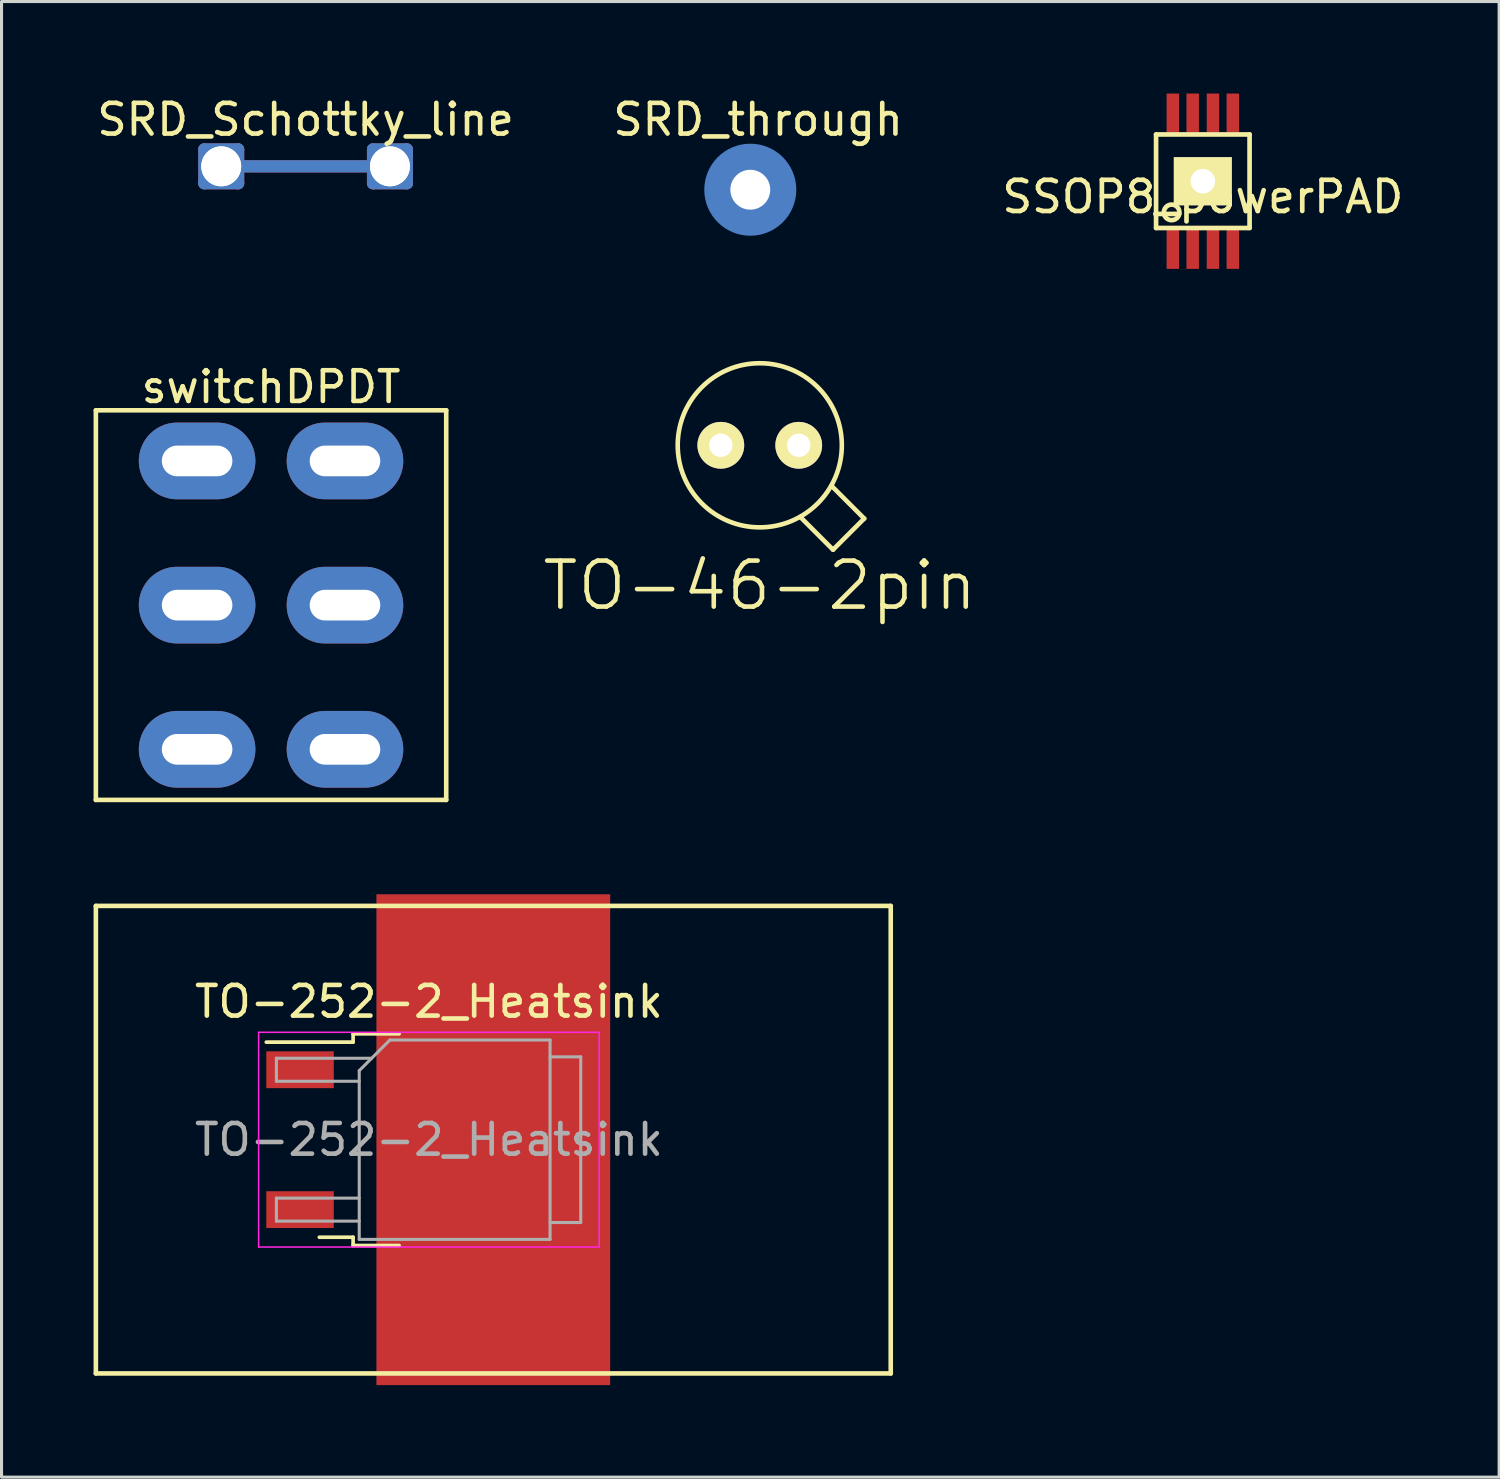
<source format=kicad_pcb>
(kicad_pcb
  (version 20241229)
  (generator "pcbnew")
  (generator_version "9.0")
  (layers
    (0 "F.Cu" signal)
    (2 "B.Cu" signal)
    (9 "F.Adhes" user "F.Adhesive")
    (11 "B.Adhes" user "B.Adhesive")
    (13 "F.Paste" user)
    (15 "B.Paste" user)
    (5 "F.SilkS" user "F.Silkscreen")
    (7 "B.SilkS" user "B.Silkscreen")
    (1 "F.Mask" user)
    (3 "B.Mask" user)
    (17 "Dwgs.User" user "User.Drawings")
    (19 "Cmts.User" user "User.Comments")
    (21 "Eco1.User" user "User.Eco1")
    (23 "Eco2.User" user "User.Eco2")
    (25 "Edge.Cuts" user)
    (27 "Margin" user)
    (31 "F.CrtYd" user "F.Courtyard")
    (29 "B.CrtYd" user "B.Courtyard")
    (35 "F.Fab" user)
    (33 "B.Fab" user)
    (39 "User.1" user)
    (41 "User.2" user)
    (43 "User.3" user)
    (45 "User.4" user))
  (footprint "TO-252-2_Heatsink"
    (layer "F.Cu")
    (at 10.93 34.1)
    (property "Reference" "TO-252-2_Heatsink" (at 0 -4.5 0) (layer "F.SilkS") (effects (font (size 1 1) (thickness 0.15))))
    (attr smd)
    (fp_line (start -10.855 -7.62) (end -10.855 7.62) (stroke (width 0.15) (type solid)) (layer "F.SilkS"))
    (fp_line (start -10.855 -7.62) (end 15.055 -7.62) (stroke (width 0.15) (type solid)) (layer "F.SilkS"))
    (fp_line (start -10.855 7.62) (end 15.055 7.62) (stroke (width 0.15) (type solid)) (layer "F.SilkS"))
    (fp_line (start -2.47 -3.45) (end -2.47 -3.18) (stroke (width 0.12) (type solid)) (layer "F.SilkS"))
    (fp_line (start -2.47 -3.18) (end -5.3 -3.18) (stroke (width 0.12) (type solid)) (layer "F.SilkS"))
    (fp_line (start -2.47 3.18) (end -3.57 3.18) (stroke (width 0.12) (type solid)) (layer "F.SilkS"))
    (fp_line (start -2.47 3.45) (end -2.47 3.18) (stroke (width 0.12) (type solid)) (layer "F.SilkS"))
    (fp_line (start -0.97 -3.45) (end -2.47 -3.45) (stroke (width 0.12) (type solid)) (layer "F.SilkS"))
    (fp_line (start -0.97 3.45) (end -2.47 3.45) (stroke (width 0.12) (type solid)) (layer "F.SilkS"))
    (fp_line (start 15.055 -7.62) (end 15.055 7.62) (stroke (width 0.15) (type solid)) (layer "F.SilkS"))
    (fp_line (start -5.55 -3.5) (end -5.55 3.5) (stroke (width 0.05) (type solid)) (layer "F.CrtYd"))
    (fp_line (start -5.55 3.5) (end 5.55 3.5) (stroke (width 0.05) (type solid)) (layer "F.CrtYd"))
    (fp_line (start 5.55 -3.5) (end -5.55 -3.5) (stroke (width 0.05) (type solid)) (layer "F.CrtYd"))
    (fp_line (start 5.55 3.5) (end 5.55 -3.5) (stroke (width 0.05) (type solid)) (layer "F.CrtYd"))
    (fp_line (start -4.97 -2.655) (end -4.97 -1.905) (stroke (width 0.1) (type solid)) (layer "F.Fab"))
    (fp_line (start -4.97 -1.905) (end -2.27 -1.905) (stroke (width 0.1) (type solid)) (layer "F.Fab"))
    (fp_line (start -4.97 1.905) (end -4.97 2.655) (stroke (width 0.1) (type solid)) (layer "F.Fab"))
    (fp_line (start -4.97 2.655) (end -2.27 2.655) (stroke (width 0.1) (type solid)) (layer "F.Fab"))
    (fp_line (start -2.27 -2.25) (end -1.27 -3.25) (stroke (width 0.1) (type solid)) (layer "F.Fab"))
    (fp_line (start -2.27 1.905) (end -4.97 1.905) (stroke (width 0.1) (type solid)) (layer "F.Fab"))
    (fp_line (start -2.27 3.25) (end -2.27 -2.25) (stroke (width 0.1) (type solid)) (layer "F.Fab"))
    (fp_line (start -1.865 -2.655) (end -4.97 -2.655) (stroke (width 0.1) (type solid)) (layer "F.Fab"))
    (fp_line (start -1.27 -3.25) (end 3.95 -3.25) (stroke (width 0.1) (type solid)) (layer "F.Fab"))
    (fp_line (start 3.95 -3.25) (end 3.95 3.25) (stroke (width 0.1) (type solid)) (layer "F.Fab"))
    (fp_line (start 3.95 -2.7) (end 4.95 -2.7) (stroke (width 0.1) (type solid)) (layer "F.Fab"))
    (fp_line (start 3.95 3.25) (end -2.27 3.25) (stroke (width 0.1) (type solid)) (layer "F.Fab"))
    (fp_line (start 4.95 -2.7) (end 4.95 2.7) (stroke (width 0.1) (type solid)) (layer "F.Fab"))
    (fp_line (start 4.95 2.7) (end 3.95 2.7) (stroke (width 0.1) (type solid)) (layer "F.Fab"))
    (fp_text user "${REFERENCE}" (at 0 0 0) (layer "F.Fab") (effects (font (size 1 1) (thickness 0.15))))
    (pad "" smd rect (at 0.425 -1.525) (size 3.05 2.75) (layers "F.Paste"))
    (pad "" smd rect (at 0.425 1.525) (size 3.05 2.75) (layers "F.Paste"))
    (pad "" smd rect (at 3.775 -1.525) (size 3.05 2.75) (layers "F.Paste"))
    (pad "" smd rect (at 3.775 1.525) (size 3.05 2.75) (layers "F.Paste"))
    (pad "1" smd rect (at -4.2 -2.28) (size 2.2 1.2) (layers "F.Cu" "F.Mask" "F.Paste"))
    (pad "2" smd rect (at 2.1 0) (size 7.62 16) (layers "F.Cu" "F.Mask"))
    (pad "3" smd rect (at -4.2 2.28) (size 2.2 1.2) (layers "F.Cu" "F.Mask" "F.Paste")))
  (footprint "SRD_Schottky_line"
    (layer "F.Cu")
    (at 6.911 2.372)
    (property "Reference" "SRD_Schottky_line" (at 0 -1.524 0) (layer "F.SilkS") (effects (font (size 1 1) (thickness 0.15))))
    (attr through_hole)
    (fp_line (start -3.3 -0.55) (end -3.3 0.55) (stroke (width 0.4) (type solid)) (layer "F.Cu"))
    (fp_line (start -3.3 0.55) (end -2.2 0.55) (stroke (width 0.4) (type solid)) (layer "F.Cu"))
    (fp_line (start -2.2 -0.55) (end -3.3 -0.55) (stroke (width 0.4) (type solid)) (layer "F.Cu"))
    (fp_line (start -2.2 0.55) (end -2.2 -0.55) (stroke (width 0.4) (type solid)) (layer "F.Cu"))
    (fp_line (start -2 0) (end 2 0) (stroke (width 0.4) (type solid)) (layer "F.Cu"))
    (fp_line (start 2.2 -0.55) (end 3.3 -0.55) (stroke (width 0.4) (type solid)) (layer "F.Cu"))
    (fp_line (start 2.2 0.55) (end 2.2 -0.55) (stroke (width 0.4) (type solid)) (layer "F.Cu"))
    (fp_line (start 3.3 -0.55) (end 3.3 0.55) (stroke (width 0.4) (type solid)) (layer "F.Cu"))
    (fp_line (start 3.3 0.55) (end 2.2 0.55) (stroke (width 0.4) (type solid)) (layer "F.Cu"))
    (fp_line (start -3.3 -0.55) (end -3.3 0.55) (stroke (width 0.4) (type solid)) (layer "B.Cu"))
    (fp_line (start -3.3 0.55) (end -2.2 0.55) (stroke (width 0.4) (type solid)) (layer "B.Cu"))
    (fp_line (start -2.2 -0.55) (end -3.3 -0.55) (stroke (width 0.4) (type solid)) (layer "B.Cu"))
    (fp_line (start -2.2 0.55) (end -2.2 -0.55) (stroke (width 0.4) (type solid)) (layer "B.Cu"))
    (fp_line (start -2 0) (end 2 0) (stroke (width 0.4) (type solid)) (layer "B.Cu"))
    (fp_line (start 2.2 -0.55) (end 3.3 -0.55) (stroke (width 0.4) (type solid)) (layer "B.Cu"))
    (fp_line (start 2.2 0.55) (end 2.2 -0.55) (stroke (width 0.4) (type solid)) (layer "B.Cu"))
    (fp_line (start 3.3 -0.55) (end 3.3 0.55) (stroke (width 0.4) (type solid)) (layer "B.Cu"))
    (fp_line (start 3.3 0.55) (end 2.2 0.55) (stroke (width 0.4) (type solid)) (layer "B.Cu"))
    (pad "" np_thru_hole circle (at -2.75 0) (size 1.3 1.3) (drill 1.3) (layers "*.Cu" "*.Mask"))
    (pad "" np_thru_hole circle (at -2.75 0) (size 1.3 1.3) (drill 1.3) (layers "*.Cu" "*.Mask"))
    (pad "" np_thru_hole circle (at 2.75 0) (size 1.3 1.3) (drill 1.3) (layers "*.Cu" "*.Mask"))
    (pad "" np_thru_hole circle (at 2.75 0) (size 1.3 1.3) (drill 1.3) (layers "*.Cu" "*.Mask")))
  (footprint "SSOP8_powerPAD"
    (layer "F.Cu")
    (at 36.158 2.857)
    (property "Reference" "SSOP8_powerPAD" (at 0 0.508 0) (layer "F.SilkS") (effects (font (size 1.016 1.016) (thickness 0.152))))
    (attr smd)
    (fp_line (start -1.524 -1.524) (end 1.524 -1.524) (stroke (width 0.152) (type solid)) (layer "F.SilkS"))
    (fp_line (start -1.524 1.524) (end -1.524 -1.524) (stroke (width 0.152) (type solid)) (layer "F.SilkS"))
    (fp_line (start 1.524 -1.524) (end 1.524 1.524) (stroke (width 0.152) (type solid)) (layer "F.SilkS"))
    (fp_line (start 1.524 1.524) (end -1.524 1.524) (stroke (width 0.152) (type solid)) (layer "F.SilkS"))
    (fp_circle (center -1.016 1.016) (end -1.016 0.762) (stroke (width 0.152) (type solid)) (fill no) (layer "F.SilkS"))
    (pad "1" smd rect (at -0.978 2.223) (size 0.406 1.27) (layers "F.Cu" "F.Mask" "F.Paste"))
    (pad "2" smd rect (at -0.33 2.223) (size 0.406 1.27) (layers "F.Cu" "F.Mask" "F.Paste"))
    (pad "3" smd rect (at 0.33 2.223) (size 0.406 1.27) (layers "F.Cu" "F.Mask" "F.Paste"))
    (pad "4" smd rect (at 0.978 2.223) (size 0.406 1.27) (layers "F.Cu" "F.Mask" "F.Paste"))
    (pad "5" smd rect (at 0.978 -2.223) (size 0.406 1.27) (layers "F.Cu" "F.Mask" "F.Paste"))
    (pad "6" smd rect (at 0.33 -2.223) (size 0.406 1.27) (layers "F.Cu" "F.Mask" "F.Paste"))
    (pad "7" smd rect (at -0.33 -2.223) (size 0.406 1.27) (layers "F.Cu" "F.Mask" "F.Paste"))
    (pad "8" smd rect (at -0.978 -2.223) (size 0.406 1.27) (layers "F.Cu" "F.Mask" "F.Paste"))
    (pad "9" thru_hole rect (at 0 0) (size 1.89 1.57) (drill 0.8) (layers "*.Cu" "*.Mask" "F.SilkS")))
  (footprint "switchDPDT"
    (layer "F.Cu")
    (at 5.785 16.675)
    (property "Reference" "switchDPDT" (at 0 -7.112 0) (layer "F.SilkS") (effects (font (size 1 1) (thickness 0.15))))
    (attr through_hole)
    (fp_line (start -5.71 -6.35) (end -5.71 6.35) (stroke (width 0.15) (type solid)) (layer "F.SilkS"))
    (fp_line (start -5.71 6.35) (end 5.71 6.35) (stroke (width 0.15) (type solid)) (layer "F.SilkS"))
    (fp_line (start 5.71 -6.35) (end -5.71 -6.35) (stroke (width 0.15) (type solid)) (layer "F.SilkS"))
    (fp_line (start 5.71 6.35) (end 5.71 -6.35) (stroke (width 0.15) (type solid)) (layer "F.SilkS"))
    (pad "1" thru_hole oval (at -2.41 4.7) (size 3.8 2.5) (drill oval 2.3 1) (layers "*.Cu" "*.Mask"))
    (pad "2" thru_hole oval (at -2.41 0) (size 3.8 2.5) (drill oval 2.3 1) (layers "*.Cu" "*.Mask"))
    (pad "3" thru_hole oval (at -2.41 -4.7) (size 3.8 2.5) (drill oval 2.3 1) (layers "*.Cu" "*.Mask"))
    (pad "4" thru_hole oval (at 2.41 4.7) (size 3.8 2.5) (drill oval 2.3 1) (layers "*.Cu" "*.Mask"))
    (pad "5" thru_hole oval (at 2.41 0) (size 3.8 2.5) (drill oval 2.3 1) (layers "*.Cu" "*.Mask"))
    (pad "6" thru_hole oval (at 2.41 -4.7) (size 3.8 2.5) (drill oval 2.3 1) (layers "*.Cu" "*.Mask")))
  (footprint "SRD_through"
    (layer "F.Cu")
    (at 21.407 3.134)
    (property "Reference" "SRD_through" (at 0.254 -2.286 0) (layer "F.SilkS") (effects (font (size 1 1) (thickness 0.15))))
    (attr through_hole)
    (pad "" np_thru_hole circle (at 0 0) (size 1.3 1.3) (drill 1.3) (layers "*.Cu" "*.Mask"))
    (pad "1" smd rect (at -0.8 0) (size 0.4 2) (layers "F.Cu" "F.Mask" "F.Paste"))
    (pad "2" smd circle (at 0 0) (size 3 3) (layers "B.Cu" "B.Mask" "B.Paste")))
  (footprint "TO-46-2pin"
    (layer "F.Cu")
    (at 21.716 11.465)
    (property "Reference" "TO-46-2pin" (at 0 4.572 0) (layer "F.SilkS") (effects (font (size 1.5 1.5) (thickness 0.15))))
    (attr through_hole)
    (fp_line (start 2.388 3.404) (end 1.321 2.337) (stroke (width 0.15) (type solid)) (layer "F.SilkS"))
    (fp_line (start 3.404 2.388) (end 2.337 1.321) (stroke (width 0.15) (type solid)) (layer "F.SilkS"))
    (fp_line (start 3.404 2.388) (end 2.388 3.404) (stroke (width 0.15) (type solid)) (layer "F.SilkS"))
    (fp_circle (center 0 0) (end 2.675 0) (stroke (width 0.15) (type solid)) (fill no) (layer "F.SilkS"))
    (pad "1" thru_hole circle (at -1.27 0) (size 1.524 1.524) (drill 0.762) (layers "*.Cu" "*.Mask" "F.SilkS"))
    (pad "2" thru_hole circle (at 1.27 0) (size 1.524 1.524) (drill 0.762) (layers "*.Cu" "*.Mask" "F.SilkS")))
  (gr_rect
    (start -3 -3)
    (end 45.817 45.1)
    (stroke (width 0.1) (type default))
    (fill no)
    (layer "Edge.Cuts")))
</source>
